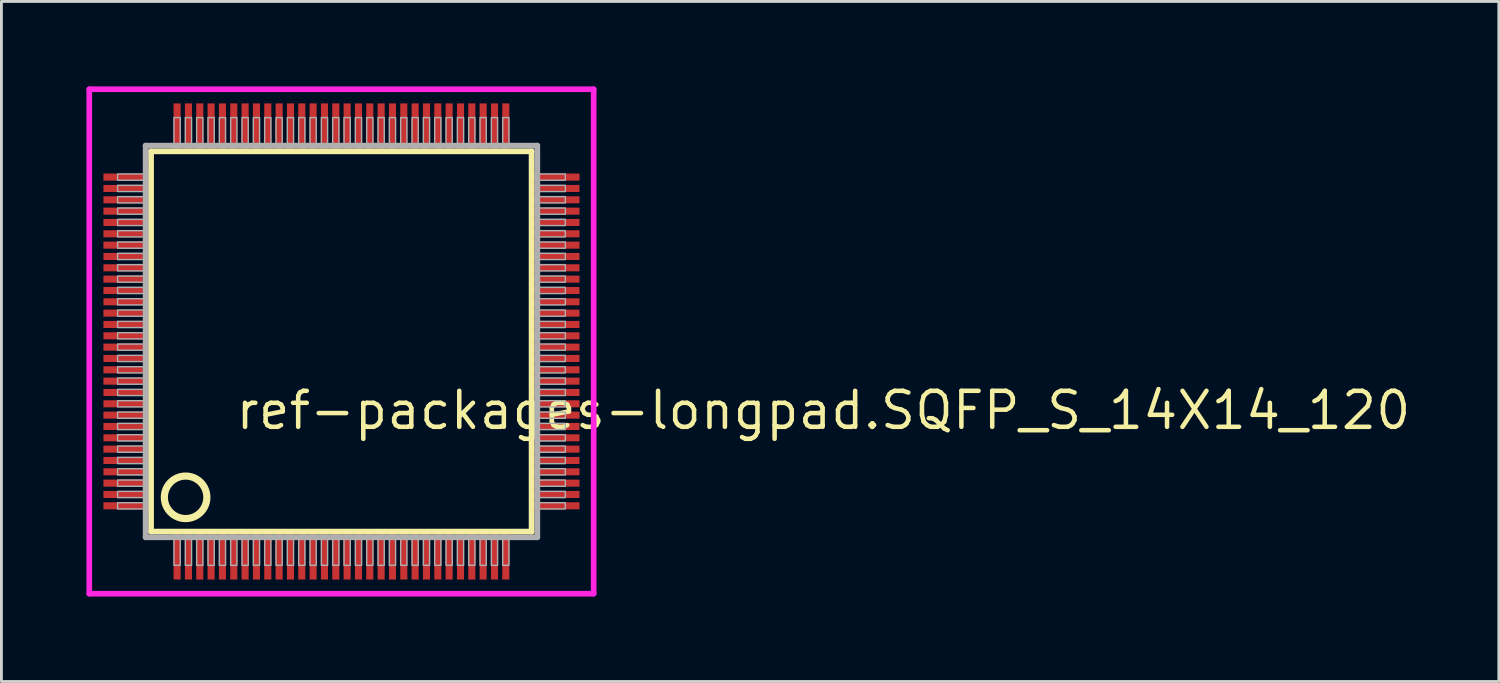
<source format=kicad_pcb>
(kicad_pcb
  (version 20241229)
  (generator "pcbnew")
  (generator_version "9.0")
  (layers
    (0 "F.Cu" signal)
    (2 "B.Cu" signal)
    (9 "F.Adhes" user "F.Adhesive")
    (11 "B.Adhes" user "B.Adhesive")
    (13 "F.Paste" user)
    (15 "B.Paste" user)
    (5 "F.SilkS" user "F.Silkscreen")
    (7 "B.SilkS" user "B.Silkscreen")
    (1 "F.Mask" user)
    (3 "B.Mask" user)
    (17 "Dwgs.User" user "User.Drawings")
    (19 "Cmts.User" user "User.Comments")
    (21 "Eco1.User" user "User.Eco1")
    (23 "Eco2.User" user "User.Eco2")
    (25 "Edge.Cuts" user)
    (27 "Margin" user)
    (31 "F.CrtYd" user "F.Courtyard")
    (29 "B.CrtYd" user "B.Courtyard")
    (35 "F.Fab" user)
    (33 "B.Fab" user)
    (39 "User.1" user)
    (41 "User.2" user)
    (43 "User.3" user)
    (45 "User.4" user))
  (footprint "ref-packages-longpad.SQFP_S_14X14_120"
    (layer "F.Cu")
    (at 9 9)
    (property "Reference" "ref-packages-longpad.SQFP_S_14X14_120" (at -3.81 3.175 0) (layer "F.SilkS") (effects (font (size 1.27 1.27) (thickness 0.16)) (justify left bottom)))
    (attr smd)
    (fp_line (start -6.72 -6.71) (end 6.71 -6.71) (stroke (width 0.203) (type default)) (layer "F.SilkS"))
    (fp_line (start -6.72 6.71) (end -6.72 -6.71) (stroke (width 0.203) (type default)) (layer "F.SilkS"))
    (fp_line (start 6.71 -6.71) (end 6.71 6.71) (stroke (width 0.203) (type default)) (layer "F.SilkS"))
    (fp_line (start 6.71 6.71) (end -6.72 6.71) (stroke (width 0.203) (type default)) (layer "F.SilkS"))
    (fp_circle (center -5.5 5.5) (end -4.75 5.5) (stroke (width 0.254) (type default)) (fill no) (layer "F.SilkS"))
    (fp_line (start -8.9 -8.9) (end 8.9 -8.9) (stroke (width 0.2) (type default)) (layer "F.CrtYd"))
    (fp_line (start -8.9 8.9) (end -8.9 -8.9) (stroke (width 0.2) (type default)) (layer "F.CrtYd"))
    (fp_line (start 8.9 -8.9) (end 8.9 8.9) (stroke (width 0.2) (type default)) (layer "F.CrtYd"))
    (fp_line (start 8.9 8.9) (end -8.9 8.9) (stroke (width 0.2) (type default)) (layer "F.CrtYd"))
    (fp_line (start -6.91 -6.91) (end -6.91 6.91) (stroke (width 0.203) (type default)) (layer "F.Fab"))
    (fp_line (start -6.91 6.91) (end 6.91 6.91) (stroke (width 0.203) (type default)) (layer "F.Fab"))
    (fp_line (start 6.91 -6.91) (end -6.91 -6.91) (stroke (width 0.203) (type default)) (layer "F.Fab"))
    (fp_line (start 6.91 6.91) (end 6.91 -6.91) (stroke (width 0.203) (type default)) (layer "F.Fab"))
    (fp_rect (start -7.9 -5.69) (end -6.95 -5.91) (stroke (width 0.05) (type default)) (fill no) (layer "F.Fab"))
    (fp_rect (start -7.9 -5.29) (end -6.95 -5.51) (stroke (width 0.05) (type default)) (fill no) (layer "F.Fab"))
    (fp_rect (start -7.9 -4.89) (end -6.95 -5.11) (stroke (width 0.05) (type default)) (fill no) (layer "F.Fab"))
    (fp_rect (start -7.9 -4.49) (end -6.95 -4.71) (stroke (width 0.05) (type default)) (fill no) (layer "F.Fab"))
    (fp_rect (start -7.9 -4.09) (end -6.95 -4.31) (stroke (width 0.05) (type default)) (fill no) (layer "F.Fab"))
    (fp_rect (start -7.9 -3.69) (end -6.95 -3.91) (stroke (width 0.05) (type default)) (fill no) (layer "F.Fab"))
    (fp_rect (start -7.9 -3.29) (end -6.95 -3.51) (stroke (width 0.05) (type default)) (fill no) (layer "F.Fab"))
    (fp_rect (start -7.9 -2.89) (end -6.95 -3.11) (stroke (width 0.05) (type default)) (fill no) (layer "F.Fab"))
    (fp_rect (start -7.9 -2.49) (end -6.95 -2.71) (stroke (width 0.05) (type default)) (fill no) (layer "F.Fab"))
    (fp_rect (start -7.9 -2.09) (end -6.95 -2.31) (stroke (width 0.05) (type default)) (fill no) (layer "F.Fab"))
    (fp_rect (start -7.9 -1.69) (end -6.95 -1.91) (stroke (width 0.05) (type default)) (fill no) (layer "F.Fab"))
    (fp_rect (start -7.9 -1.29) (end -6.95 -1.51) (stroke (width 0.05) (type default)) (fill no) (layer "F.Fab"))
    (fp_rect (start -7.9 -0.89) (end -6.95 -1.11) (stroke (width 0.05) (type default)) (fill no) (layer "F.Fab"))
    (fp_rect (start -7.9 -0.49) (end -6.95 -0.71) (stroke (width 0.05) (type default)) (fill no) (layer "F.Fab"))
    (fp_rect (start -7.9 -0.09) (end -6.95 -0.31) (stroke (width 0.05) (type default)) (fill no) (layer "F.Fab"))
    (fp_rect (start -7.9 0.31) (end -6.95 0.09) (stroke (width 0.05) (type default)) (fill no) (layer "F.Fab"))
    (fp_rect (start -7.9 0.71) (end -6.95 0.49) (stroke (width 0.05) (type default)) (fill no) (layer "F.Fab"))
    (fp_rect (start -7.9 1.11) (end -6.95 0.89) (stroke (width 0.05) (type default)) (fill no) (layer "F.Fab"))
    (fp_rect (start -7.9 1.51) (end -6.95 1.29) (stroke (width 0.05) (type default)) (fill no) (layer "F.Fab"))
    (fp_rect (start -7.9 1.91) (end -6.95 1.69) (stroke (width 0.05) (type default)) (fill no) (layer "F.Fab"))
    (fp_rect (start -7.9 2.31) (end -6.95 2.09) (stroke (width 0.05) (type default)) (fill no) (layer "F.Fab"))
    (fp_rect (start -7.9 2.71) (end -6.95 2.49) (stroke (width 0.05) (type default)) (fill no) (layer "F.Fab"))
    (fp_rect (start -7.9 3.11) (end -6.95 2.89) (stroke (width 0.05) (type default)) (fill no) (layer "F.Fab"))
    (fp_rect (start -7.9 3.51) (end -6.95 3.29) (stroke (width 0.05) (type default)) (fill no) (layer "F.Fab"))
    (fp_rect (start -7.9 3.91) (end -6.95 3.69) (stroke (width 0.05) (type default)) (fill no) (layer "F.Fab"))
    (fp_rect (start -7.9 4.31) (end -6.95 4.09) (stroke (width 0.05) (type default)) (fill no) (layer "F.Fab"))
    (fp_rect (start -7.9 4.71) (end -6.95 4.49) (stroke (width 0.05) (type default)) (fill no) (layer "F.Fab"))
    (fp_rect (start -7.9 5.11) (end -6.95 4.89) (stroke (width 0.05) (type default)) (fill no) (layer "F.Fab"))
    (fp_rect (start -7.9 5.51) (end -6.95 5.29) (stroke (width 0.05) (type default)) (fill no) (layer "F.Fab"))
    (fp_rect (start -7.9 5.91) (end -6.95 5.69) (stroke (width 0.05) (type default)) (fill no) (layer "F.Fab"))
    (fp_rect (start -5.91 -6.95) (end -5.69 -7.9) (stroke (width 0.05) (type default)) (fill no) (layer "F.Fab"))
    (fp_rect (start -5.91 7.9) (end -5.69 6.95) (stroke (width 0.05) (type default)) (fill no) (layer "F.Fab"))
    (fp_rect (start -5.51 -6.95) (end -5.29 -7.9) (stroke (width 0.05) (type default)) (fill no) (layer "F.Fab"))
    (fp_rect (start -5.51 7.9) (end -5.29 6.95) (stroke (width 0.05) (type default)) (fill no) (layer "F.Fab"))
    (fp_rect (start -5.11 -6.95) (end -4.89 -7.9) (stroke (width 0.05) (type default)) (fill no) (layer "F.Fab"))
    (fp_rect (start -5.11 7.9) (end -4.89 6.95) (stroke (width 0.05) (type default)) (fill no) (layer "F.Fab"))
    (fp_rect (start -4.71 -6.95) (end -4.49 -7.9) (stroke (width 0.05) (type default)) (fill no) (layer "F.Fab"))
    (fp_rect (start -4.71 7.9) (end -4.49 6.95) (stroke (width 0.05) (type default)) (fill no) (layer "F.Fab"))
    (fp_rect (start -4.31 -6.95) (end -4.09 -7.9) (stroke (width 0.05) (type default)) (fill no) (layer "F.Fab"))
    (fp_rect (start -4.31 7.9) (end -4.09 6.95) (stroke (width 0.05) (type default)) (fill no) (layer "F.Fab"))
    (fp_rect (start -3.91 -6.95) (end -3.69 -7.9) (stroke (width 0.05) (type default)) (fill no) (layer "F.Fab"))
    (fp_rect (start -3.91 7.9) (end -3.69 6.95) (stroke (width 0.05) (type default)) (fill no) (layer "F.Fab"))
    (fp_rect (start -3.51 -6.95) (end -3.29 -7.9) (stroke (width 0.05) (type default)) (fill no) (layer "F.Fab"))
    (fp_rect (start -3.51 7.9) (end -3.29 6.95) (stroke (width 0.05) (type default)) (fill no) (layer "F.Fab"))
    (fp_rect (start -3.11 -6.95) (end -2.89 -7.9) (stroke (width 0.05) (type default)) (fill no) (layer "F.Fab"))
    (fp_rect (start -3.11 7.9) (end -2.89 6.95) (stroke (width 0.05) (type default)) (fill no) (layer "F.Fab"))
    (fp_rect (start -2.71 -6.95) (end -2.49 -7.9) (stroke (width 0.05) (type default)) (fill no) (layer "F.Fab"))
    (fp_rect (start -2.71 7.9) (end -2.49 6.95) (stroke (width 0.05) (type default)) (fill no) (layer "F.Fab"))
    (fp_rect (start -2.31 -6.95) (end -2.09 -7.9) (stroke (width 0.05) (type default)) (fill no) (layer "F.Fab"))
    (fp_rect (start -2.31 7.9) (end -2.09 6.95) (stroke (width 0.05) (type default)) (fill no) (layer "F.Fab"))
    (fp_rect (start -1.91 -6.95) (end -1.69 -7.9) (stroke (width 0.05) (type default)) (fill no) (layer "F.Fab"))
    (fp_rect (start -1.91 7.9) (end -1.69 6.95) (stroke (width 0.05) (type default)) (fill no) (layer "F.Fab"))
    (fp_rect (start -1.51 -6.95) (end -1.29 -7.9) (stroke (width 0.05) (type default)) (fill no) (layer "F.Fab"))
    (fp_rect (start -1.51 7.9) (end -1.29 6.95) (stroke (width 0.05) (type default)) (fill no) (layer "F.Fab"))
    (fp_rect (start -1.11 -6.95) (end -0.89 -7.9) (stroke (width 0.05) (type default)) (fill no) (layer "F.Fab"))
    (fp_rect (start -1.11 7.9) (end -0.89 6.95) (stroke (width 0.05) (type default)) (fill no) (layer "F.Fab"))
    (fp_rect (start -0.71 -6.95) (end -0.49 -7.9) (stroke (width 0.05) (type default)) (fill no) (layer "F.Fab"))
    (fp_rect (start -0.71 7.9) (end -0.49 6.95) (stroke (width 0.05) (type default)) (fill no) (layer "F.Fab"))
    (fp_rect (start -0.31 -6.95) (end -0.09 -7.9) (stroke (width 0.05) (type default)) (fill no) (layer "F.Fab"))
    (fp_rect (start -0.31 7.9) (end -0.09 6.95) (stroke (width 0.05) (type default)) (fill no) (layer "F.Fab"))
    (fp_rect (start 0.09 -6.95) (end 0.31 -7.9) (stroke (width 0.05) (type default)) (fill no) (layer "F.Fab"))
    (fp_rect (start 0.09 7.9) (end 0.31 6.95) (stroke (width 0.05) (type default)) (fill no) (layer "F.Fab"))
    (fp_rect (start 0.49 -6.95) (end 0.71 -7.9) (stroke (width 0.05) (type default)) (fill no) (layer "F.Fab"))
    (fp_rect (start 0.49 7.9) (end 0.71 6.95) (stroke (width 0.05) (type default)) (fill no) (layer "F.Fab"))
    (fp_rect (start 0.89 -6.95) (end 1.11 -7.9) (stroke (width 0.05) (type default)) (fill no) (layer "F.Fab"))
    (fp_rect (start 0.89 7.9) (end 1.11 6.95) (stroke (width 0.05) (type default)) (fill no) (layer "F.Fab"))
    (fp_rect (start 1.29 -6.95) (end 1.51 -7.9) (stroke (width 0.05) (type default)) (fill no) (layer "F.Fab"))
    (fp_rect (start 1.29 7.9) (end 1.51 6.95) (stroke (width 0.05) (type default)) (fill no) (layer "F.Fab"))
    (fp_rect (start 1.69 -6.95) (end 1.91 -7.9) (stroke (width 0.05) (type default)) (fill no) (layer "F.Fab"))
    (fp_rect (start 1.69 7.9) (end 1.91 6.95) (stroke (width 0.05) (type default)) (fill no) (layer "F.Fab"))
    (fp_rect (start 2.09 -6.95) (end 2.31 -7.9) (stroke (width 0.05) (type default)) (fill no) (layer "F.Fab"))
    (fp_rect (start 2.09 7.9) (end 2.31 6.95) (stroke (width 0.05) (type default)) (fill no) (layer "F.Fab"))
    (fp_rect (start 2.49 -6.95) (end 2.71 -7.9) (stroke (width 0.05) (type default)) (fill no) (layer "F.Fab"))
    (fp_rect (start 2.49 7.9) (end 2.71 6.95) (stroke (width 0.05) (type default)) (fill no) (layer "F.Fab"))
    (fp_rect (start 2.89 -6.95) (end 3.11 -7.9) (stroke (width 0.05) (type default)) (fill no) (layer "F.Fab"))
    (fp_rect (start 2.89 7.9) (end 3.11 6.95) (stroke (width 0.05) (type default)) (fill no) (layer "F.Fab"))
    (fp_rect (start 3.29 -6.95) (end 3.51 -7.9) (stroke (width 0.05) (type default)) (fill no) (layer "F.Fab"))
    (fp_rect (start 3.29 7.9) (end 3.51 6.95) (stroke (width 0.05) (type default)) (fill no) (layer "F.Fab"))
    (fp_rect (start 3.69 -6.95) (end 3.91 -7.9) (stroke (width 0.05) (type default)) (fill no) (layer "F.Fab"))
    (fp_rect (start 3.69 7.9) (end 3.91 6.95) (stroke (width 0.05) (type default)) (fill no) (layer "F.Fab"))
    (fp_rect (start 4.09 -6.95) (end 4.31 -7.9) (stroke (width 0.05) (type default)) (fill no) (layer "F.Fab"))
    (fp_rect (start 4.09 7.9) (end 4.31 6.95) (stroke (width 0.05) (type default)) (fill no) (layer "F.Fab"))
    (fp_rect (start 4.49 -6.95) (end 4.71 -7.9) (stroke (width 0.05) (type default)) (fill no) (layer "F.Fab"))
    (fp_rect (start 4.49 7.9) (end 4.71 6.95) (stroke (width 0.05) (type default)) (fill no) (layer "F.Fab"))
    (fp_rect (start 4.89 -6.95) (end 5.11 -7.9) (stroke (width 0.05) (type default)) (fill no) (layer "F.Fab"))
    (fp_rect (start 4.89 7.9) (end 5.11 6.95) (stroke (width 0.05) (type default)) (fill no) (layer "F.Fab"))
    (fp_rect (start 5.29 -6.95) (end 5.51 -7.9) (stroke (width 0.05) (type default)) (fill no) (layer "F.Fab"))
    (fp_rect (start 5.29 7.9) (end 5.51 6.95) (stroke (width 0.05) (type default)) (fill no) (layer "F.Fab"))
    (fp_rect (start 5.69 -6.95) (end 5.91 -7.9) (stroke (width 0.05) (type default)) (fill no) (layer "F.Fab"))
    (fp_rect (start 5.69 7.9) (end 5.91 6.95) (stroke (width 0.05) (type default)) (fill no) (layer "F.Fab"))
    (fp_rect (start 6.95 -5.69) (end 7.9 -5.91) (stroke (width 0.05) (type default)) (fill no) (layer "F.Fab"))
    (fp_rect (start 6.95 -5.29) (end 7.9 -5.51) (stroke (width 0.05) (type default)) (fill no) (layer "F.Fab"))
    (fp_rect (start 6.95 -4.89) (end 7.9 -5.11) (stroke (width 0.05) (type default)) (fill no) (layer "F.Fab"))
    (fp_rect (start 6.95 -4.49) (end 7.9 -4.71) (stroke (width 0.05) (type default)) (fill no) (layer "F.Fab"))
    (fp_rect (start 6.95 -4.09) (end 7.9 -4.31) (stroke (width 0.05) (type default)) (fill no) (layer "F.Fab"))
    (fp_rect (start 6.95 -3.69) (end 7.9 -3.91) (stroke (width 0.05) (type default)) (fill no) (layer "F.Fab"))
    (fp_rect (start 6.95 -3.29) (end 7.9 -3.51) (stroke (width 0.05) (type default)) (fill no) (layer "F.Fab"))
    (fp_rect (start 6.95 -2.89) (end 7.9 -3.11) (stroke (width 0.05) (type default)) (fill no) (layer "F.Fab"))
    (fp_rect (start 6.95 -2.49) (end 7.9 -2.71) (stroke (width 0.05) (type default)) (fill no) (layer "F.Fab"))
    (fp_rect (start 6.95 -2.09) (end 7.9 -2.31) (stroke (width 0.05) (type default)) (fill no) (layer "F.Fab"))
    (fp_rect (start 6.95 -1.69) (end 7.9 -1.91) (stroke (width 0.05) (type default)) (fill no) (layer "F.Fab"))
    (fp_rect (start 6.95 -1.29) (end 7.9 -1.51) (stroke (width 0.05) (type default)) (fill no) (layer "F.Fab"))
    (fp_rect (start 6.95 -0.89) (end 7.9 -1.11) (stroke (width 0.05) (type default)) (fill no) (layer "F.Fab"))
    (fp_rect (start 6.95 -0.49) (end 7.9 -0.71) (stroke (width 0.05) (type default)) (fill no) (layer "F.Fab"))
    (fp_rect (start 6.95 -0.09) (end 7.9 -0.31) (stroke (width 0.05) (type default)) (fill no) (layer "F.Fab"))
    (fp_rect (start 6.95 0.31) (end 7.9 0.09) (stroke (width 0.05) (type default)) (fill no) (layer "F.Fab"))
    (fp_rect (start 6.95 0.71) (end 7.9 0.49) (stroke (width 0.05) (type default)) (fill no) (layer "F.Fab"))
    (fp_rect (start 6.95 1.11) (end 7.9 0.89) (stroke (width 0.05) (type default)) (fill no) (layer "F.Fab"))
    (fp_rect (start 6.95 1.51) (end 7.9 1.29) (stroke (width 0.05) (type default)) (fill no) (layer "F.Fab"))
    (fp_rect (start 6.95 1.91) (end 7.9 1.69) (stroke (width 0.05) (type default)) (fill no) (layer "F.Fab"))
    (fp_rect (start 6.95 2.31) (end 7.9 2.09) (stroke (width 0.05) (type default)) (fill no) (layer "F.Fab"))
    (fp_rect (start 6.95 2.71) (end 7.9 2.49) (stroke (width 0.05) (type default)) (fill no) (layer "F.Fab"))
    (fp_rect (start 6.95 3.11) (end 7.9 2.89) (stroke (width 0.05) (type default)) (fill no) (layer "F.Fab"))
    (fp_rect (start 6.95 3.51) (end 7.9 3.29) (stroke (width 0.05) (type default)) (fill no) (layer "F.Fab"))
    (fp_rect (start 6.95 3.91) (end 7.9 3.69) (stroke (width 0.05) (type default)) (fill no) (layer "F.Fab"))
    (fp_rect (start 6.95 4.31) (end 7.9 4.09) (stroke (width 0.05) (type default)) (fill no) (layer "F.Fab"))
    (fp_rect (start 6.95 4.71) (end 7.9 4.49) (stroke (width 0.05) (type default)) (fill no) (layer "F.Fab"))
    (fp_rect (start 6.95 5.11) (end 7.9 4.89) (stroke (width 0.05) (type default)) (fill no) (layer "F.Fab"))
    (fp_rect (start 6.95 5.51) (end 7.9 5.29) (stroke (width 0.05) (type default)) (fill no) (layer "F.Fab"))
    (fp_rect (start 6.95 5.91) (end 7.9 5.69) (stroke (width 0.05) (type default)) (fill no) (layer "F.Fab"))
    (pad "1" smd roundrect (at -5.8 7.6) (size 0.25 1.6) (layers "F.Cu" "F.Mask" "F.Paste") (roundrect_rratio 0.01))
    (pad "2" smd roundrect (at -5.4 7.6) (size 0.25 1.6) (layers "F.Cu" "F.Mask" "F.Paste") (roundrect_rratio 0.01))
    (pad "3" smd roundrect (at -5 7.6) (size 0.25 1.6) (layers "F.Cu" "F.Mask" "F.Paste") (roundrect_rratio 0.01))
    (pad "4" smd roundrect (at -4.6 7.6) (size 0.25 1.6) (layers "F.Cu" "F.Mask" "F.Paste") (roundrect_rratio 0.01))
    (pad "5" smd roundrect (at -4.2 7.6) (size 0.25 1.6) (layers "F.Cu" "F.Mask" "F.Paste") (roundrect_rratio 0.01))
    (pad "6" smd roundrect (at -3.8 7.6) (size 0.25 1.6) (layers "F.Cu" "F.Mask" "F.Paste") (roundrect_rratio 0.01))
    (pad "7" smd roundrect (at -3.4 7.6) (size 0.25 1.6) (layers "F.Cu" "F.Mask" "F.Paste") (roundrect_rratio 0.01))
    (pad "8" smd roundrect (at -3 7.6) (size 0.25 1.6) (layers "F.Cu" "F.Mask" "F.Paste") (roundrect_rratio 0.01))
    (pad "9" smd roundrect (at -2.6 7.6) (size 0.25 1.6) (layers "F.Cu" "F.Mask" "F.Paste") (roundrect_rratio 0.01))
    (pad "10" smd roundrect (at -2.2 7.6) (size 0.25 1.6) (layers "F.Cu" "F.Mask" "F.Paste") (roundrect_rratio 0.01))
    (pad "11" smd roundrect (at -1.8 7.6) (size 0.25 1.6) (layers "F.Cu" "F.Mask" "F.Paste") (roundrect_rratio 0.01))
    (pad "12" smd roundrect (at -1.4 7.6) (size 0.25 1.6) (layers "F.Cu" "F.Mask" "F.Paste") (roundrect_rratio 0.01))
    (pad "13" smd roundrect (at -1 7.6) (size 0.25 1.6) (layers "F.Cu" "F.Mask" "F.Paste") (roundrect_rratio 0.01))
    (pad "14" smd roundrect (at -0.6 7.6) (size 0.25 1.6) (layers "F.Cu" "F.Mask" "F.Paste") (roundrect_rratio 0.01))
    (pad "15" smd roundrect (at -0.2 7.6) (size 0.25 1.6) (layers "F.Cu" "F.Mask" "F.Paste") (roundrect_rratio 0.01))
    (pad "16" smd roundrect (at 0.2 7.6) (size 0.25 1.6) (layers "F.Cu" "F.Mask" "F.Paste") (roundrect_rratio 0.01))
    (pad "17" smd roundrect (at 0.6 7.6) (size 0.25 1.6) (layers "F.Cu" "F.Mask" "F.Paste") (roundrect_rratio 0.01))
    (pad "18" smd roundrect (at 1 7.6) (size 0.25 1.6) (layers "F.Cu" "F.Mask" "F.Paste") (roundrect_rratio 0.01))
    (pad "19" smd roundrect (at 1.4 7.6) (size 0.25 1.6) (layers "F.Cu" "F.Mask" "F.Paste") (roundrect_rratio 0.01))
    (pad "20" smd roundrect (at 1.8 7.6) (size 0.25 1.6) (layers "F.Cu" "F.Mask" "F.Paste") (roundrect_rratio 0.01))
    (pad "21" smd roundrect (at 2.2 7.6) (size 0.25 1.6) (layers "F.Cu" "F.Mask" "F.Paste") (roundrect_rratio 0.01))
    (pad "22" smd roundrect (at 2.6 7.6) (size 0.25 1.6) (layers "F.Cu" "F.Mask" "F.Paste") (roundrect_rratio 0.01))
    (pad "23" smd roundrect (at 3 7.6) (size 0.25 1.6) (layers "F.Cu" "F.Mask" "F.Paste") (roundrect_rratio 0.01))
    (pad "24" smd roundrect (at 3.4 7.6) (size 0.25 1.6) (layers "F.Cu" "F.Mask" "F.Paste") (roundrect_rratio 0.01))
    (pad "25" smd roundrect (at 3.8 7.6) (size 0.25 1.6) (layers "F.Cu" "F.Mask" "F.Paste") (roundrect_rratio 0.01))
    (pad "26" smd roundrect (at 4.2 7.6) (size 0.25 1.6) (layers "F.Cu" "F.Mask" "F.Paste") (roundrect_rratio 0.01))
    (pad "27" smd roundrect (at 4.6 7.6) (size 0.25 1.6) (layers "F.Cu" "F.Mask" "F.Paste") (roundrect_rratio 0.01))
    (pad "28" smd roundrect (at 5 7.6) (size 0.25 1.6) (layers "F.Cu" "F.Mask" "F.Paste") (roundrect_rratio 0.01))
    (pad "29" smd roundrect (at 5.4 7.6) (size 0.25 1.6) (layers "F.Cu" "F.Mask" "F.Paste") (roundrect_rratio 0.01))
    (pad "30" smd roundrect (at 5.8 7.6) (size 0.25 1.6) (layers "F.Cu" "F.Mask" "F.Paste") (roundrect_rratio 0.01))
    (pad "31" smd roundrect (at 7.6 5.8) (size 1.6 0.25) (layers "F.Cu" "F.Mask" "F.Paste") (roundrect_rratio 0.01))
    (pad "32" smd roundrect (at 7.6 5.4) (size 1.6 0.25) (layers "F.Cu" "F.Mask" "F.Paste") (roundrect_rratio 0.01))
    (pad "33" smd roundrect (at 7.6 5) (size 1.6 0.25) (layers "F.Cu" "F.Mask" "F.Paste") (roundrect_rratio 0.01))
    (pad "34" smd roundrect (at 7.6 4.6) (size 1.6 0.25) (layers "F.Cu" "F.Mask" "F.Paste") (roundrect_rratio 0.01))
    (pad "35" smd roundrect (at 7.6 4.2) (size 1.6 0.25) (layers "F.Cu" "F.Mask" "F.Paste") (roundrect_rratio 0.01))
    (pad "36" smd roundrect (at 7.6 3.8) (size 1.6 0.25) (layers "F.Cu" "F.Mask" "F.Paste") (roundrect_rratio 0.01))
    (pad "37" smd roundrect (at 7.6 3.4) (size 1.6 0.25) (layers "F.Cu" "F.Mask" "F.Paste") (roundrect_rratio 0.01))
    (pad "38" smd roundrect (at 7.6 3) (size 1.6 0.25) (layers "F.Cu" "F.Mask" "F.Paste") (roundrect_rratio 0.01))
    (pad "39" smd roundrect (at 7.6 2.6) (size 1.6 0.25) (layers "F.Cu" "F.Mask" "F.Paste") (roundrect_rratio 0.01))
    (pad "40" smd roundrect (at 7.6 2.2) (size 1.6 0.25) (layers "F.Cu" "F.Mask" "F.Paste") (roundrect_rratio 0.01))
    (pad "41" smd roundrect (at 7.6 1.8) (size 1.6 0.25) (layers "F.Cu" "F.Mask" "F.Paste") (roundrect_rratio 0.01))
    (pad "42" smd roundrect (at 7.6 1.4) (size 1.6 0.25) (layers "F.Cu" "F.Mask" "F.Paste") (roundrect_rratio 0.01))
    (pad "43" smd roundrect (at 7.6 1) (size 1.6 0.25) (layers "F.Cu" "F.Mask" "F.Paste") (roundrect_rratio 0.01))
    (pad "44" smd roundrect (at 7.6 0.6) (size 1.6 0.25) (layers "F.Cu" "F.Mask" "F.Paste") (roundrect_rratio 0.01))
    (pad "45" smd roundrect (at 7.6 0.2) (size 1.6 0.25) (layers "F.Cu" "F.Mask" "F.Paste") (roundrect_rratio 0.01))
    (pad "46" smd roundrect (at 7.6 -0.2) (size 1.6 0.25) (layers "F.Cu" "F.Mask" "F.Paste") (roundrect_rratio 0.01))
    (pad "47" smd roundrect (at 7.6 -0.6) (size 1.6 0.25) (layers "F.Cu" "F.Mask" "F.Paste") (roundrect_rratio 0.01))
    (pad "48" smd roundrect (at 7.6 -1) (size 1.6 0.25) (layers "F.Cu" "F.Mask" "F.Paste") (roundrect_rratio 0.01))
    (pad "49" smd roundrect (at 7.6 -1.4) (size 1.6 0.25) (layers "F.Cu" "F.Mask" "F.Paste") (roundrect_rratio 0.01))
    (pad "50" smd roundrect (at 7.6 -1.8) (size 1.6 0.25) (layers "F.Cu" "F.Mask" "F.Paste") (roundrect_rratio 0.01))
    (pad "51" smd roundrect (at 7.6 -2.2) (size 1.6 0.25) (layers "F.Cu" "F.Mask" "F.Paste") (roundrect_rratio 0.01))
    (pad "52" smd roundrect (at 7.6 -2.6) (size 1.6 0.25) (layers "F.Cu" "F.Mask" "F.Paste") (roundrect_rratio 0.01))
    (pad "53" smd roundrect (at 7.6 -3) (size 1.6 0.25) (layers "F.Cu" "F.Mask" "F.Paste") (roundrect_rratio 0.01))
    (pad "54" smd roundrect (at 7.6 -3.4) (size 1.6 0.25) (layers "F.Cu" "F.Mask" "F.Paste") (roundrect_rratio 0.01))
    (pad "55" smd roundrect (at 7.6 -3.8) (size 1.6 0.25) (layers "F.Cu" "F.Mask" "F.Paste") (roundrect_rratio 0.01))
    (pad "56" smd roundrect (at 7.6 -4.2) (size 1.6 0.25) (layers "F.Cu" "F.Mask" "F.Paste") (roundrect_rratio 0.01))
    (pad "57" smd roundrect (at 7.6 -4.6) (size 1.6 0.25) (layers "F.Cu" "F.Mask" "F.Paste") (roundrect_rratio 0.01))
    (pad "58" smd roundrect (at 7.6 -5) (size 1.6 0.25) (layers "F.Cu" "F.Mask" "F.Paste") (roundrect_rratio 0.01))
    (pad "59" smd roundrect (at 7.6 -5.4) (size 1.6 0.25) (layers "F.Cu" "F.Mask" "F.Paste") (roundrect_rratio 0.01))
    (pad "60" smd roundrect (at 7.6 -5.8) (size 1.6 0.25) (layers "F.Cu" "F.Mask" "F.Paste") (roundrect_rratio 0.01))
    (pad "61" smd roundrect (at 5.8 -7.6) (size 0.25 1.6) (layers "F.Cu" "F.Mask" "F.Paste") (roundrect_rratio 0.01))
    (pad "62" smd roundrect (at 5.4 -7.6) (size 0.25 1.6) (layers "F.Cu" "F.Mask" "F.Paste") (roundrect_rratio 0.01))
    (pad "63" smd roundrect (at 5 -7.6) (size 0.25 1.6) (layers "F.Cu" "F.Mask" "F.Paste") (roundrect_rratio 0.01))
    (pad "64" smd roundrect (at 4.6 -7.6) (size 0.25 1.6) (layers "F.Cu" "F.Mask" "F.Paste") (roundrect_rratio 0.01))
    (pad "65" smd roundrect (at 4.2 -7.6) (size 0.25 1.6) (layers "F.Cu" "F.Mask" "F.Paste") (roundrect_rratio 0.01))
    (pad "66" smd roundrect (at 3.8 -7.6) (size 0.25 1.6) (layers "F.Cu" "F.Mask" "F.Paste") (roundrect_rratio 0.01))
    (pad "67" smd roundrect (at 3.4 -7.6) (size 0.25 1.6) (layers "F.Cu" "F.Mask" "F.Paste") (roundrect_rratio 0.01))
    (pad "68" smd roundrect (at 3 -7.6) (size 0.25 1.6) (layers "F.Cu" "F.Mask" "F.Paste") (roundrect_rratio 0.01))
    (pad "69" smd roundrect (at 2.6 -7.6) (size 0.25 1.6) (layers "F.Cu" "F.Mask" "F.Paste") (roundrect_rratio 0.01))
    (pad "70" smd roundrect (at 2.2 -7.6) (size 0.25 1.6) (layers "F.Cu" "F.Mask" "F.Paste") (roundrect_rratio 0.01))
    (pad "71" smd roundrect (at 1.8 -7.6) (size 0.25 1.6) (layers "F.Cu" "F.Mask" "F.Paste") (roundrect_rratio 0.01))
    (pad "72" smd roundrect (at 1.4 -7.6) (size 0.25 1.6) (layers "F.Cu" "F.Mask" "F.Paste") (roundrect_rratio 0.01))
    (pad "73" smd roundrect (at 1 -7.6) (size 0.25 1.6) (layers "F.Cu" "F.Mask" "F.Paste") (roundrect_rratio 0.01))
    (pad "74" smd roundrect (at 0.6 -7.6) (size 0.25 1.6) (layers "F.Cu" "F.Mask" "F.Paste") (roundrect_rratio 0.01))
    (pad "75" smd roundrect (at 0.2 -7.6) (size 0.25 1.6) (layers "F.Cu" "F.Mask" "F.Paste") (roundrect_rratio 0.01))
    (pad "76" smd roundrect (at -0.2 -7.6) (size 0.25 1.6) (layers "F.Cu" "F.Mask" "F.Paste") (roundrect_rratio 0.01))
    (pad "77" smd roundrect (at -0.6 -7.6) (size 0.25 1.6) (layers "F.Cu" "F.Mask" "F.Paste") (roundrect_rratio 0.01))
    (pad "78" smd roundrect (at -1 -7.6) (size 0.25 1.6) (layers "F.Cu" "F.Mask" "F.Paste") (roundrect_rratio 0.01))
    (pad "79" smd roundrect (at -1.4 -7.6) (size 0.25 1.6) (layers "F.Cu" "F.Mask" "F.Paste") (roundrect_rratio 0.01))
    (pad "80" smd roundrect (at -1.8 -7.6) (size 0.25 1.6) (layers "F.Cu" "F.Mask" "F.Paste") (roundrect_rratio 0.01))
    (pad "81" smd roundrect (at -2.2 -7.6) (size 0.25 1.6) (layers "F.Cu" "F.Mask" "F.Paste") (roundrect_rratio 0.01))
    (pad "82" smd roundrect (at -2.6 -7.6) (size 0.25 1.6) (layers "F.Cu" "F.Mask" "F.Paste") (roundrect_rratio 0.01))
    (pad "83" smd roundrect (at -3 -7.6) (size 0.25 1.6) (layers "F.Cu" "F.Mask" "F.Paste") (roundrect_rratio 0.01))
    (pad "84" smd roundrect (at -3.4 -7.6) (size 0.25 1.6) (layers "F.Cu" "F.Mask" "F.Paste") (roundrect_rratio 0.01))
    (pad "85" smd roundrect (at -3.8 -7.6) (size 0.25 1.6) (layers "F.Cu" "F.Mask" "F.Paste") (roundrect_rratio 0.01))
    (pad "86" smd roundrect (at -4.2 -7.6) (size 0.25 1.6) (layers "F.Cu" "F.Mask" "F.Paste") (roundrect_rratio 0.01))
    (pad "87" smd roundrect (at -4.6 -7.6) (size 0.25 1.6) (layers "F.Cu" "F.Mask" "F.Paste") (roundrect_rratio 0.01))
    (pad "88" smd roundrect (at -5 -7.6) (size 0.25 1.6) (layers "F.Cu" "F.Mask" "F.Paste") (roundrect_rratio 0.01))
    (pad "89" smd roundrect (at -5.4 -7.6) (size 0.25 1.6) (layers "F.Cu" "F.Mask" "F.Paste") (roundrect_rratio 0.01))
    (pad "90" smd roundrect (at -5.8 -7.6) (size 0.25 1.6) (layers "F.Cu" "F.Mask" "F.Paste") (roundrect_rratio 0.01))
    (pad "91" smd roundrect (at -7.6 -5.8) (size 1.6 0.25) (layers "F.Cu" "F.Mask" "F.Paste") (roundrect_rratio 0.01))
    (pad "92" smd roundrect (at -7.6 -5.4) (size 1.6 0.25) (layers "F.Cu" "F.Mask" "F.Paste") (roundrect_rratio 0.01))
    (pad "93" smd roundrect (at -7.6 -5) (size 1.6 0.25) (layers "F.Cu" "F.Mask" "F.Paste") (roundrect_rratio 0.01))
    (pad "94" smd roundrect (at -7.6 -4.6) (size 1.6 0.25) (layers "F.Cu" "F.Mask" "F.Paste") (roundrect_rratio 0.01))
    (pad "95" smd roundrect (at -7.6 -4.2) (size 1.6 0.25) (layers "F.Cu" "F.Mask" "F.Paste") (roundrect_rratio 0.01))
    (pad "96" smd roundrect (at -7.6 -3.8) (size 1.6 0.25) (layers "F.Cu" "F.Mask" "F.Paste") (roundrect_rratio 0.01))
    (pad "97" smd roundrect (at -7.6 -3.4) (size 1.6 0.25) (layers "F.Cu" "F.Mask" "F.Paste") (roundrect_rratio 0.01))
    (pad "98" smd roundrect (at -7.6 -3) (size 1.6 0.25) (layers "F.Cu" "F.Mask" "F.Paste") (roundrect_rratio 0.01))
    (pad "99" smd roundrect (at -7.6 -2.6) (size 1.6 0.25) (layers "F.Cu" "F.Mask" "F.Paste") (roundrect_rratio 0.01))
    (pad "100" smd roundrect (at -7.6 -2.2) (size 1.6 0.25) (layers "F.Cu" "F.Mask" "F.Paste") (roundrect_rratio 0.01))
    (pad "101" smd roundrect (at -7.6 -1.8) (size 1.6 0.25) (layers "F.Cu" "F.Mask" "F.Paste") (roundrect_rratio 0.01))
    (pad "102" smd roundrect (at -7.6 -1.4) (size 1.6 0.25) (layers "F.Cu" "F.Mask" "F.Paste") (roundrect_rratio 0.01))
    (pad "103" smd roundrect (at -7.6 -1) (size 1.6 0.25) (layers "F.Cu" "F.Mask" "F.Paste") (roundrect_rratio 0.01))
    (pad "104" smd roundrect (at -7.6 -0.6) (size 1.6 0.25) (layers "F.Cu" "F.Mask" "F.Paste") (roundrect_rratio 0.01))
    (pad "105" smd roundrect (at -7.6 -0.2) (size 1.6 0.25) (layers "F.Cu" "F.Mask" "F.Paste") (roundrect_rratio 0.01))
    (pad "106" smd roundrect (at -7.6 0.2) (size 1.6 0.25) (layers "F.Cu" "F.Mask" "F.Paste") (roundrect_rratio 0.01))
    (pad "107" smd roundrect (at -7.6 0.6) (size 1.6 0.25) (layers "F.Cu" "F.Mask" "F.Paste") (roundrect_rratio 0.01))
    (pad "108" smd roundrect (at -7.6 1) (size 1.6 0.25) (layers "F.Cu" "F.Mask" "F.Paste") (roundrect_rratio 0.01))
    (pad "109" smd roundrect (at -7.6 1.4) (size 1.6 0.25) (layers "F.Cu" "F.Mask" "F.Paste") (roundrect_rratio 0.01))
    (pad "110" smd roundrect (at -7.6 1.8) (size 1.6 0.25) (layers "F.Cu" "F.Mask" "F.Paste") (roundrect_rratio 0.01))
    (pad "111" smd roundrect (at -7.6 2.2) (size 1.6 0.25) (layers "F.Cu" "F.Mask" "F.Paste") (roundrect_rratio 0.01))
    (pad "112" smd roundrect (at -7.6 2.6) (size 1.6 0.25) (layers "F.Cu" "F.Mask" "F.Paste") (roundrect_rratio 0.01))
    (pad "113" smd roundrect (at -7.6 3) (size 1.6 0.25) (layers "F.Cu" "F.Mask" "F.Paste") (roundrect_rratio 0.01))
    (pad "114" smd roundrect (at -7.6 3.4) (size 1.6 0.25) (layers "F.Cu" "F.Mask" "F.Paste") (roundrect_rratio 0.01))
    (pad "115" smd roundrect (at -7.6 3.8) (size 1.6 0.25) (layers "F.Cu" "F.Mask" "F.Paste") (roundrect_rratio 0.01))
    (pad "116" smd roundrect (at -7.6 4.2) (size 1.6 0.25) (layers "F.Cu" "F.Mask" "F.Paste") (roundrect_rratio 0.01))
    (pad "117" smd roundrect (at -7.6 4.6) (size 1.6 0.25) (layers "F.Cu" "F.Mask" "F.Paste") (roundrect_rratio 0.01))
    (pad "118" smd roundrect (at -7.6 5) (size 1.6 0.25) (layers "F.Cu" "F.Mask" "F.Paste") (roundrect_rratio 0.01))
    (pad "119" smd roundrect (at -7.6 5.4) (size 1.6 0.25) (layers "F.Cu" "F.Mask" "F.Paste") (roundrect_rratio 0.01))
    (pad "120" smd roundrect (at -7.6 5.8) (size 1.6 0.25) (layers "F.Cu" "F.Mask" "F.Paste") (roundrect_rratio 0.01)))
  (gr_rect
    (start -3 -3)
    (end 49.842 21)
    (stroke (width 0.1) (type default))
    (fill no)
    (layer "Edge.Cuts")))
</source>
